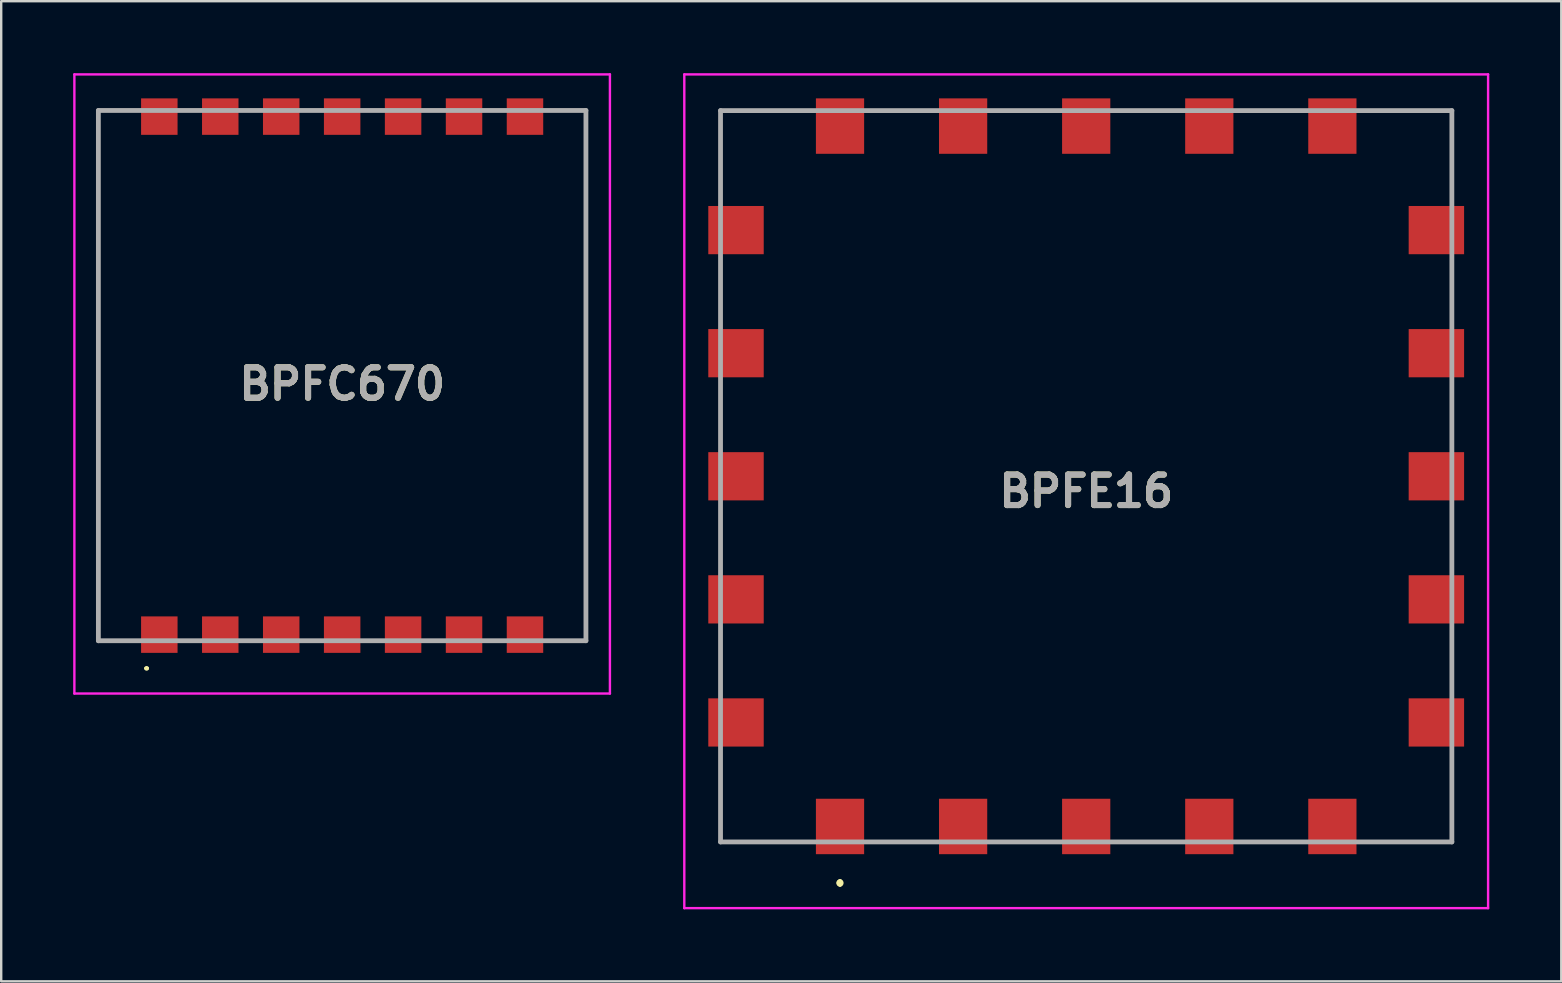
<source format=kicad_pcb>
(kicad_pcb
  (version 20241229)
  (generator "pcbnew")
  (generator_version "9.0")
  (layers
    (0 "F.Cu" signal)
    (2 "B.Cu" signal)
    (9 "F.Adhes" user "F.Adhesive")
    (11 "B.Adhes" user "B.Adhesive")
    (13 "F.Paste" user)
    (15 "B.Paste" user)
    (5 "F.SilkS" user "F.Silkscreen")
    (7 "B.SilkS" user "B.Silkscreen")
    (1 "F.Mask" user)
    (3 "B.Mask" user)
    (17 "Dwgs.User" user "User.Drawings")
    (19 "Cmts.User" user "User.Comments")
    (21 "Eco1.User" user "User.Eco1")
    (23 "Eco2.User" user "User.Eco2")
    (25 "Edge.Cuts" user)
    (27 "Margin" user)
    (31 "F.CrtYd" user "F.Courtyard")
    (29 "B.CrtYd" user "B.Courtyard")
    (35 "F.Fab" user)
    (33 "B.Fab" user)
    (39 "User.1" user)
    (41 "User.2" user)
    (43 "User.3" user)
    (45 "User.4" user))
  (footprint "BPFE16"
    (layer "F.Cu")
    (at 42.22 16.8)
    (property "Reference" "BPFE16" (at 0 0.625 0) (layer "F.SilkS") (effects (font (size 1.27 1.27) (thickness 0.254))))
    (attr smd)
    (fp_line (start -15.25 -15.24) (end -15.25 -12) (stroke (width 0.1) (type solid)) (layer "F.SilkS"))
    (fp_line (start -15.25 -12) (end -15.24 -12) (stroke (width 0.1) (type solid)) (layer "F.SilkS"))
    (fp_line (start -15.25 12) (end -15.25 12) (stroke (width 0.1) (type solid)) (layer "F.SilkS"))
    (fp_line (start -15.25 12) (end -15.25 15.25) (stroke (width 0.1) (type solid)) (layer "F.SilkS"))
    (fp_line (start -15.25 15.25) (end -15.25 12) (stroke (width 0.1) (type solid)) (layer "F.SilkS"))
    (fp_line (start -15.25 15.25) (end -15.25 15.25) (stroke (width 0.1) (type solid)) (layer "F.SilkS"))
    (fp_line (start -15.25 15.25) (end -15.25 15.25) (stroke (width 0.1) (type solid)) (layer "F.SilkS"))
    (fp_line (start -15.25 15.25) (end -12 15.25) (stroke (width 0.1) (type solid)) (layer "F.SilkS"))
    (fp_line (start -15.24 -15.24) (end -15.25 -15.24) (stroke (width 0.1) (type solid)) (layer "F.SilkS"))
    (fp_line (start -15.24 -15.24) (end -15.24 -15.24) (stroke (width 0.1) (type solid)) (layer "F.SilkS"))
    (fp_line (start -15.24 -15.24) (end -12 -15.24) (stroke (width 0.1) (type solid)) (layer "F.SilkS"))
    (fp_line (start -15.24 -12) (end -15.24 -15.24) (stroke (width 0.1) (type solid)) (layer "F.SilkS"))
    (fp_line (start -15.24 -8.75) (end -15.24 -8.75) (stroke (width 0.1) (type solid)) (layer "F.SilkS"))
    (fp_line (start -15.24 -8.75) (end -15.24 -6.75) (stroke (width 0.1) (type solid)) (layer "F.SilkS"))
    (fp_line (start -15.24 -6.75) (end -15.24 -8.75) (stroke (width 0.1) (type solid)) (layer "F.SilkS"))
    (fp_line (start -15.24 -6.75) (end -15.24 -6.75) (stroke (width 0.1) (type solid)) (layer "F.SilkS"))
    (fp_line (start -15.24 -3.5) (end -15.24 -3.5) (stroke (width 0.1) (type solid)) (layer "F.SilkS"))
    (fp_line (start -15.24 -3.5) (end -15.24 -1.75) (stroke (width 0.1) (type solid)) (layer "F.SilkS"))
    (fp_line (start -15.24 -1.75) (end -15.24 -3.5) (stroke (width 0.1) (type solid)) (layer "F.SilkS"))
    (fp_line (start -15.24 -1.75) (end -15.24 -1.75) (stroke (width 0.1) (type solid)) (layer "F.SilkS"))
    (fp_line (start -15.24 1.75) (end -15.24 1.75) (stroke (width 0.1) (type solid)) (layer "F.SilkS"))
    (fp_line (start -15.24 1.75) (end -15.24 3.5) (stroke (width 0.1) (type solid)) (layer "F.SilkS"))
    (fp_line (start -15.24 3.5) (end -15.24 1.75) (stroke (width 0.1) (type solid)) (layer "F.SilkS"))
    (fp_line (start -15.24 3.5) (end -15.24 3.5) (stroke (width 0.1) (type solid)) (layer "F.SilkS"))
    (fp_line (start -15.24 6.75) (end -15.24 6.75) (stroke (width 0.1) (type solid)) (layer "F.SilkS"))
    (fp_line (start -15.24 6.75) (end -15.24 8.75) (stroke (width 0.1) (type solid)) (layer "F.SilkS"))
    (fp_line (start -15.24 8.75) (end -15.24 6.75) (stroke (width 0.1) (type solid)) (layer "F.SilkS"))
    (fp_line (start -15.24 8.75) (end -15.24 8.75) (stroke (width 0.1) (type solid)) (layer "F.SilkS"))
    (fp_line (start -12 -15.24) (end -15.24 -15.24) (stroke (width 0.1) (type solid)) (layer "F.SilkS"))
    (fp_line (start -12 -15.24) (end -12 -15.24) (stroke (width 0.1) (type solid)) (layer "F.SilkS"))
    (fp_line (start -12 15.25) (end -15.25 15.25) (stroke (width 0.1) (type solid)) (layer "F.SilkS"))
    (fp_line (start -12 15.25) (end -12 15.25) (stroke (width 0.1) (type solid)) (layer "F.SilkS"))
    (fp_line (start -10.26 16.9) (end -10.26 16.9) (stroke (width 0.2) (type solid)) (layer "F.SilkS"))
    (fp_line (start -10.26 16.9) (end -10.26 16.9) (stroke (width 0.2) (type solid)) (layer "F.SilkS"))
    (fp_line (start -10.26 17) (end -10.26 17) (stroke (width 0.2) (type solid)) (layer "F.SilkS"))
    (fp_line (start -8.75 -15.24) (end -8.75 -15.24) (stroke (width 0.1) (type solid)) (layer "F.SilkS"))
    (fp_line (start -8.75 -15.24) (end -6.75 -15.24) (stroke (width 0.1) (type solid)) (layer "F.SilkS"))
    (fp_line (start -8.75 15.24) (end -8.75 15.24) (stroke (width 0.1) (type solid)) (layer "F.SilkS"))
    (fp_line (start -8.75 15.24) (end -6.75 15.24) (stroke (width 0.1) (type solid)) (layer "F.SilkS"))
    (fp_line (start -6.75 -15.24) (end -8.75 -15.24) (stroke (width 0.1) (type solid)) (layer "F.SilkS"))
    (fp_line (start -6.75 -15.24) (end -6.75 -15.24) (stroke (width 0.1) (type solid)) (layer "F.SilkS"))
    (fp_line (start -6.75 15.24) (end -8.75 15.24) (stroke (width 0.1) (type solid)) (layer "F.SilkS"))
    (fp_line (start -6.75 15.24) (end -6.75 15.24) (stroke (width 0.1) (type solid)) (layer "F.SilkS"))
    (fp_line (start -3.5 -15.24) (end -3.5 -15.24) (stroke (width 0.1) (type solid)) (layer "F.SilkS"))
    (fp_line (start -3.5 -15.24) (end -1.75 -15.24) (stroke (width 0.1) (type solid)) (layer "F.SilkS"))
    (fp_line (start -3.5 15.25) (end -3.5 15.25) (stroke (width 0.1) (type solid)) (layer "F.SilkS"))
    (fp_line (start -3.5 15.25) (end -1.75 15.25) (stroke (width 0.1) (type solid)) (layer "F.SilkS"))
    (fp_line (start -1.75 -15.24) (end -3.5 -15.24) (stroke (width 0.1) (type solid)) (layer "F.SilkS"))
    (fp_line (start -1.75 -15.24) (end -1.75 -15.24) (stroke (width 0.1) (type solid)) (layer "F.SilkS"))
    (fp_line (start -1.75 15.25) (end -3.5 15.25) (stroke (width 0.1) (type solid)) (layer "F.SilkS"))
    (fp_line (start -1.75 15.25) (end -1.75 15.25) (stroke (width 0.1) (type solid)) (layer "F.SilkS"))
    (fp_line (start 1.75 -15.24) (end 1.75 -15.24) (stroke (width 0.1) (type solid)) (layer "F.SilkS"))
    (fp_line (start 1.75 -15.24) (end 3.5 -15.24) (stroke (width 0.1) (type solid)) (layer "F.SilkS"))
    (fp_line (start 1.75 15.25) (end 1.75 15.25) (stroke (width 0.1) (type solid)) (layer "F.SilkS"))
    (fp_line (start 1.75 15.25) (end 3.5 15.25) (stroke (width 0.1) (type solid)) (layer "F.SilkS"))
    (fp_line (start 3.5 -15.24) (end 1.75 -15.24) (stroke (width 0.1) (type solid)) (layer "F.SilkS"))
    (fp_line (start 3.5 -15.24) (end 3.5 -15.24) (stroke (width 0.1) (type solid)) (layer "F.SilkS"))
    (fp_line (start 3.5 15.25) (end 1.75 15.25) (stroke (width 0.1) (type solid)) (layer "F.SilkS"))
    (fp_line (start 3.5 15.25) (end 3.5 15.25) (stroke (width 0.1) (type solid)) (layer "F.SilkS"))
    (fp_line (start 6.75 -15.24) (end 6.75 -15.24) (stroke (width 0.1) (type solid)) (layer "F.SilkS"))
    (fp_line (start 6.75 -15.24) (end 8.75 -15.24) (stroke (width 0.1) (type solid)) (layer "F.SilkS"))
    (fp_line (start 6.75 15.24) (end 6.75 15.24) (stroke (width 0.1) (type solid)) (layer "F.SilkS"))
    (fp_line (start 6.75 15.24) (end 8.5 15.24) (stroke (width 0.1) (type solid)) (layer "F.SilkS"))
    (fp_line (start 8.5 15.24) (end 6.75 15.24) (stroke (width 0.1) (type solid)) (layer "F.SilkS"))
    (fp_line (start 8.5 15.24) (end 8.5 15.24) (stroke (width 0.1) (type solid)) (layer "F.SilkS"))
    (fp_line (start 8.75 -15.24) (end 6.75 -15.24) (stroke (width 0.1) (type solid)) (layer "F.SilkS"))
    (fp_line (start 8.75 -15.24) (end 8.75 -15.24) (stroke (width 0.1) (type solid)) (layer "F.SilkS"))
    (fp_line (start 12 -15.25) (end 15.24 -15.25) (stroke (width 0.1) (type solid)) (layer "F.SilkS"))
    (fp_line (start 12 -15.24) (end 12 -15.25) (stroke (width 0.1) (type solid)) (layer "F.SilkS"))
    (fp_line (start 12 15.25) (end 12 15.25) (stroke (width 0.1) (type solid)) (layer "F.SilkS"))
    (fp_line (start 12 15.25) (end 15.25 15.25) (stroke (width 0.1) (type solid)) (layer "F.SilkS"))
    (fp_line (start 15.24 -15.25) (end 15.24 -15.24) (stroke (width 0.1) (type solid)) (layer "F.SilkS"))
    (fp_line (start 15.24 -15.24) (end 12 -15.24) (stroke (width 0.1) (type solid)) (layer "F.SilkS"))
    (fp_line (start 15.24 -15.24) (end 15.25 -15.24) (stroke (width 0.1) (type solid)) (layer "F.SilkS"))
    (fp_line (start 15.24 -12) (end 15.24 -15.24) (stroke (width 0.1) (type solid)) (layer "F.SilkS"))
    (fp_line (start 15.24 -8.75) (end 15.24 -8.75) (stroke (width 0.1) (type solid)) (layer "F.SilkS"))
    (fp_line (start 15.24 -8.75) (end 15.24 -6.75) (stroke (width 0.1) (type solid)) (layer "F.SilkS"))
    (fp_line (start 15.24 -6.75) (end 15.24 -8.75) (stroke (width 0.1) (type solid)) (layer "F.SilkS"))
    (fp_line (start 15.24 -6.75) (end 15.24 -6.75) (stroke (width 0.1) (type solid)) (layer "F.SilkS"))
    (fp_line (start 15.24 -3.5) (end 15.24 -3.5) (stroke (width 0.1) (type solid)) (layer "F.SilkS"))
    (fp_line (start 15.24 -3.5) (end 15.24 -1.75) (stroke (width 0.1) (type solid)) (layer "F.SilkS"))
    (fp_line (start 15.24 -1.75) (end 15.24 -3.5) (stroke (width 0.1) (type solid)) (layer "F.SilkS"))
    (fp_line (start 15.24 -1.75) (end 15.24 -1.75) (stroke (width 0.1) (type solid)) (layer "F.SilkS"))
    (fp_line (start 15.24 1.75) (end 15.24 1.75) (stroke (width 0.1) (type solid)) (layer "F.SilkS"))
    (fp_line (start 15.24 1.75) (end 15.24 3.5) (stroke (width 0.1) (type solid)) (layer "F.SilkS"))
    (fp_line (start 15.24 3.5) (end 15.24 1.75) (stroke (width 0.1) (type solid)) (layer "F.SilkS"))
    (fp_line (start 15.24 3.5) (end 15.24 3.5) (stroke (width 0.1) (type solid)) (layer "F.SilkS"))
    (fp_line (start 15.24 6.75) (end 15.25 6.75) (stroke (width 0.1) (type solid)) (layer "F.SilkS"))
    (fp_line (start 15.24 8.5) (end 15.24 6.75) (stroke (width 0.1) (type solid)) (layer "F.SilkS"))
    (fp_line (start 15.25 -15.24) (end 15.25 -12) (stroke (width 0.1) (type solid)) (layer "F.SilkS"))
    (fp_line (start 15.25 -12) (end 15.24 -12) (stroke (width 0.1) (type solid)) (layer "F.SilkS"))
    (fp_line (start 15.25 6.75) (end 15.25 8.5) (stroke (width 0.1) (type solid)) (layer "F.SilkS"))
    (fp_line (start 15.25 8.5) (end 15.24 8.5) (stroke (width 0.1) (type solid)) (layer "F.SilkS"))
    (fp_line (start 15.25 12) (end 15.25 12) (stroke (width 0.1) (type solid)) (layer "F.SilkS"))
    (fp_line (start 15.25 12) (end 15.25 15.25) (stroke (width 0.1) (type solid)) (layer "F.SilkS"))
    (fp_line (start 15.25 15.25) (end 12 15.25) (stroke (width 0.1) (type solid)) (layer "F.SilkS"))
    (fp_line (start 15.25 15.25) (end 15.25 12) (stroke (width 0.1) (type solid)) (layer "F.SilkS"))
    (fp_line (start 15.25 15.25) (end 15.25 15.25) (stroke (width 0.1) (type solid)) (layer "F.SilkS"))
    (fp_line (start 15.25 15.25) (end 15.25 15.25) (stroke (width 0.1) (type solid)) (layer "F.SilkS"))
    (fp_arc (start -10.26 16.9) (mid -10.21 16.95) (end -10.26 17) (stroke (width 0.2) (type solid)) (layer "F.SilkS"))
    (fp_arc (start -10.26 17) (mid -10.31 16.95) (end -10.26 16.9) (stroke (width 0.2) (type solid)) (layer "F.SilkS"))
    (fp_arc (start -10.26 17) (mid -10.31 16.95) (end -10.26 16.9) (stroke (width 0.2) (type solid)) (layer "F.SilkS"))
    (fp_line (start -16.75 -16.75) (end 16.75 -16.75) (stroke (width 0.1) (type solid)) (layer "F.CrtYd"))
    (fp_line (start -16.75 18) (end -16.75 -16.75) (stroke (width 0.1) (type solid)) (layer "F.CrtYd"))
    (fp_line (start 16.75 -16.75) (end 16.75 18) (stroke (width 0.1) (type solid)) (layer "F.CrtYd"))
    (fp_line (start 16.75 18) (end -16.75 18) (stroke (width 0.1) (type solid)) (layer "F.CrtYd"))
    (fp_line (start -15.24 -15.24) (end -15.24 15.24) (stroke (width 0.2) (type solid)) (layer "F.Fab"))
    (fp_line (start -15.24 15.24) (end 15.24 15.24) (stroke (width 0.2) (type solid)) (layer "F.Fab"))
    (fp_line (start 15.24 -15.24) (end -15.24 -15.24) (stroke (width 0.2) (type solid)) (layer "F.Fab"))
    (fp_line (start 15.24 15.24) (end 15.24 -15.24) (stroke (width 0.2) (type solid)) (layer "F.Fab"))
    (fp_text user "${REFERENCE}" (at 0 0.625 0) (layer "F.Fab") (effects (font (size 1.27 1.27) (thickness 0.254))))
    (pad "1" smd rect (at -10.26 14.595) (size 2.01 2.31) (layers "F.Cu" "F.Mask" "F.Paste"))
    (pad "2" smd rect (at -5.13 14.595) (size 2.01 2.31) (layers "F.Cu" "F.Mask" "F.Paste"))
    (pad "3" smd rect (at 0 14.595) (size 2.01 2.31) (layers "F.Cu" "F.Mask" "F.Paste"))
    (pad "4" smd rect (at 5.13 14.595) (size 2.01 2.31) (layers "F.Cu" "F.Mask" "F.Paste"))
    (pad "5" smd rect (at 10.26 14.595) (size 2.01 2.31) (layers "F.Cu" "F.Mask" "F.Paste"))
    (pad "6" smd rect (at 14.595 10.26 90) (size 2.01 2.31) (layers "F.Cu" "F.Mask" "F.Paste"))
    (pad "7" smd rect (at 14.595 5.13 90) (size 2.01 2.31) (layers "F.Cu" "F.Mask" "F.Paste"))
    (pad "8" smd rect (at 14.595 0 90) (size 2.01 2.31) (layers "F.Cu" "F.Mask" "F.Paste"))
    (pad "9" smd rect (at 14.595 -5.13 90) (size 2.01 2.31) (layers "F.Cu" "F.Mask" "F.Paste"))
    (pad "10" smd rect (at 14.595 -10.26 90) (size 2.01 2.31) (layers "F.Cu" "F.Mask" "F.Paste"))
    (pad "11" smd rect (at 10.26 -14.595) (size 2.01 2.31) (layers "F.Cu" "F.Mask" "F.Paste"))
    (pad "12" smd rect (at 5.13 -14.595) (size 2.01 2.31) (layers "F.Cu" "F.Mask" "F.Paste"))
    (pad "13" smd rect (at 0 -14.595) (size 2.01 2.31) (layers "F.Cu" "F.Mask" "F.Paste"))
    (pad "14" smd rect (at -5.13 -14.595) (size 2.01 2.31) (layers "F.Cu" "F.Mask" "F.Paste"))
    (pad "15" smd rect (at -10.26 -14.595) (size 2.01 2.31) (layers "F.Cu" "F.Mask" "F.Paste"))
    (pad "16" smd rect (at -14.595 -10.26 90) (size 2.01 2.31) (layers "F.Cu" "F.Mask" "F.Paste"))
    (pad "17" smd rect (at -14.595 -5.13 90) (size 2.01 2.31) (layers "F.Cu" "F.Mask" "F.Paste"))
    (pad "18" smd rect (at -14.595 0 90) (size 2.01 2.31) (layers "F.Cu" "F.Mask" "F.Paste"))
    (pad "19" smd rect (at -14.595 5.13 90) (size 2.01 2.31) (layers "F.Cu" "F.Mask" "F.Paste"))
    (pad "20" smd rect (at -14.595 10.26 90) (size 2.01 2.31) (layers "F.Cu" "F.Mask" "F.Paste")))
  (footprint "BPFC670"
    (layer "F.Cu")
    (at 11.21 12.605)
    (property "Reference" "BPFC670" (at 0 0.348 0) (layer "F.SilkS") (effects (font (size 1.27 1.27) (thickness 0.254))))
    (attr smd)
    (fp_line (start -10.16 -11) (end -10.16 11.05) (stroke (width 0.1) (type solid)) (layer "F.SilkS"))
    (fp_line (start -8.2 12.2) (end -8.2 12.2) (stroke (width 0.1) (type solid)) (layer "F.SilkS"))
    (fp_line (start -8.1 12.2) (end -8.1 12.2) (stroke (width 0.1) (type solid)) (layer "F.SilkS"))
    (fp_line (start 10.16 11) (end 10.16 -11) (stroke (width 0.1) (type solid)) (layer "F.SilkS"))
    (fp_arc (start -8.2 12.2) (mid -8.15 12.15) (end -8.1 12.2) (stroke (width 0.1) (type solid)) (layer "F.SilkS"))
    (fp_arc (start -8.1 12.2) (mid -8.15 12.25) (end -8.2 12.2) (stroke (width 0.1) (type solid)) (layer "F.SilkS"))
    (fp_line (start -11.16 -12.555) (end 11.16 -12.555) (stroke (width 0.1) (type solid)) (layer "F.CrtYd"))
    (fp_line (start -11.16 13.25) (end -11.16 -12.555) (stroke (width 0.1) (type solid)) (layer "F.CrtYd"))
    (fp_line (start 11.16 -12.555) (end 11.16 13.25) (stroke (width 0.1) (type solid)) (layer "F.CrtYd"))
    (fp_line (start 11.16 13.25) (end -11.16 13.25) (stroke (width 0.1) (type solid)) (layer "F.CrtYd"))
    (fp_line (start -10.16 -11.05) (end 10.16 -11.05) (stroke (width 0.2) (type solid)) (layer "F.Fab"))
    (fp_line (start -10.16 11.05) (end -10.16 -11.05) (stroke (width 0.2) (type solid)) (layer "F.Fab"))
    (fp_line (start 10.16 -11.05) (end 10.16 11.05) (stroke (width 0.2) (type solid)) (layer "F.Fab"))
    (fp_line (start 10.16 11.05) (end -10.16 11.05) (stroke (width 0.2) (type solid)) (layer "F.Fab"))
    (fp_text user "${REFERENCE}" (at 0 0.348 0) (layer "F.Fab") (effects (font (size 1.27 1.27) (thickness 0.254))))
    (pad "1" smd rect (at -7.62 10.795 90) (size 1.52 1.52) (layers "F.Cu" "F.Mask" "F.Paste"))
    (pad "2" smd rect (at -5.08 10.795 90) (size 1.52 1.52) (layers "F.Cu" "F.Mask" "F.Paste"))
    (pad "3" smd rect (at -2.54 10.795 90) (size 1.52 1.52) (layers "F.Cu" "F.Mask" "F.Paste"))
    (pad "4" smd rect (at 0 10.795 90) (size 1.52 1.52) (layers "F.Cu" "F.Mask" "F.Paste"))
    (pad "5" smd rect (at 2.54 10.795 90) (size 1.52 1.52) (layers "F.Cu" "F.Mask" "F.Paste"))
    (pad "6" smd rect (at 5.08 10.795 90) (size 1.52 1.52) (layers "F.Cu" "F.Mask" "F.Paste"))
    (pad "7" smd rect (at 7.62 10.795 90) (size 1.52 1.52) (layers "F.Cu" "F.Mask" "F.Paste"))
    (pad "8" smd rect (at 7.62 -10.795 90) (size 1.52 1.52) (layers "F.Cu" "F.Mask" "F.Paste"))
    (pad "9" smd rect (at 5.08 -10.795 90) (size 1.52 1.52) (layers "F.Cu" "F.Mask" "F.Paste"))
    (pad "10" smd rect (at 2.54 -10.795 90) (size 1.52 1.52) (layers "F.Cu" "F.Mask" "F.Paste"))
    (pad "11" smd rect (at 0 -10.795 90) (size 1.52 1.52) (layers "F.Cu" "F.Mask" "F.Paste"))
    (pad "12" smd rect (at -2.54 -10.795 90) (size 1.52 1.52) (layers "F.Cu" "F.Mask" "F.Paste"))
    (pad "13" smd rect (at -5.08 -10.795 90) (size 1.52 1.52) (layers "F.Cu" "F.Mask" "F.Paste"))
    (pad "14" smd rect (at -7.62 -10.795 90) (size 1.52 1.52) (layers "F.Cu" "F.Mask" "F.Paste")))
  (gr_rect
    (start -3 -3)
    (end 62.02 37.85)
    (stroke (width 0.1) (type default))
    (fill no)
    (layer "Edge.Cuts")))
</source>
